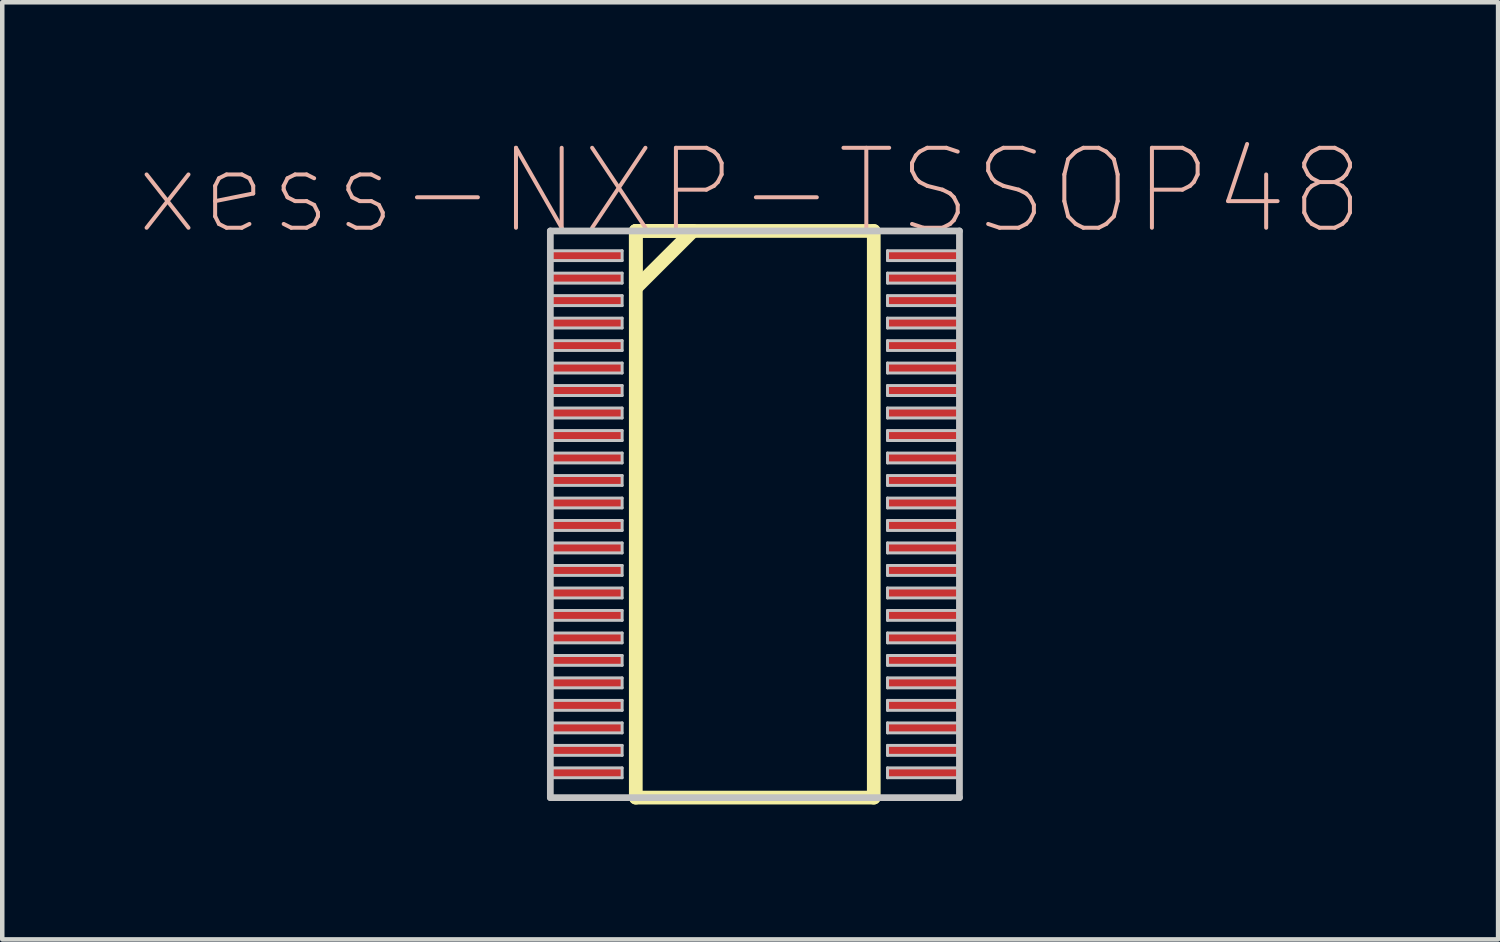
<source format=kicad_pcb>
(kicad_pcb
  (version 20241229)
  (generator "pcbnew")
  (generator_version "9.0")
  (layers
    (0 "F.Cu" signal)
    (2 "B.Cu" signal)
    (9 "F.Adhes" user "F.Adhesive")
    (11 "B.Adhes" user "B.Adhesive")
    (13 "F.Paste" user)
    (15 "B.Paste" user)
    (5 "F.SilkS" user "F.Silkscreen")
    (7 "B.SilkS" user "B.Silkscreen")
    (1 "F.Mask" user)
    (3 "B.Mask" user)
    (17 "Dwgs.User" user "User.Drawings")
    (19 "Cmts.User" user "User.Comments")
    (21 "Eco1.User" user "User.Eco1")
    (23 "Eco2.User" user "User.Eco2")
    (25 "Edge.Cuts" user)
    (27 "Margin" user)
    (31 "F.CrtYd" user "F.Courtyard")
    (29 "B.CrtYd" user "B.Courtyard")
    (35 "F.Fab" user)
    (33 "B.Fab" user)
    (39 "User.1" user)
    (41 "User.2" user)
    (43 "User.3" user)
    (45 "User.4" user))
  (footprint "xess-NXP-TSSOP48"
    (layer "F.Cu")
    (at 9.984 2.634)
    (property "Reference" "xess-NXP-TSSOP48" (at 3.645 -1.438 0) (layer "B.SilkS") (effects (font (size 1.778 1.778) (thickness 0.089))))
    (attr smd)
    (fp_line (start 1.102 -0.549) (end 1.102 0.719) (stroke (width 0.305) (type solid)) (layer "F.SilkS"))
    (fp_line (start 1.102 -0.549) (end 1.102 12.05) (stroke (width 0.305) (type solid)) (layer "F.SilkS"))
    (fp_line (start 1.102 0.719) (end 2.372 -0.549) (stroke (width 0.305) (type solid)) (layer "F.SilkS"))
    (fp_line (start 1.102 12.05) (end 6.393 12.05) (stroke (width 0.305) (type solid)) (layer "F.SilkS"))
    (fp_line (start 2.372 -0.549) (end 1.102 -0.549) (stroke (width 0.305) (type solid)) (layer "F.SilkS"))
    (fp_line (start 6.393 -0.549) (end 1.102 -0.549) (stroke (width 0.305) (type solid)) (layer "F.SilkS"))
    (fp_line (start 6.393 12.05) (end 6.393 -0.549) (stroke (width 0.305) (type solid)) (layer "F.SilkS"))
    (fp_line (start -0.798 -0.549) (end -0.798 12.05) (stroke (width 0.15) (type solid)) (layer "Dwgs.User"))
    (fp_line (start -0.798 -0.109) (end 0.798 -0.109) (stroke (width 0.066) (type solid)) (layer "Dwgs.User"))
    (fp_line (start -0.798 0.109) (end -0.798 -0.109) (stroke (width 0.066) (type solid)) (layer "Dwgs.User"))
    (fp_line (start -0.798 0.109) (end 0.798 0.109) (stroke (width 0.066) (type solid)) (layer "Dwgs.User"))
    (fp_line (start -0.798 0.389) (end 0.798 0.389) (stroke (width 0.066) (type solid)) (layer "Dwgs.User"))
    (fp_line (start -0.798 0.61) (end -0.798 0.389) (stroke (width 0.066) (type solid)) (layer "Dwgs.User"))
    (fp_line (start -0.798 0.61) (end 0.798 0.61) (stroke (width 0.066) (type solid)) (layer "Dwgs.User"))
    (fp_line (start -0.798 0.889) (end 0.798 0.889) (stroke (width 0.066) (type solid)) (layer "Dwgs.User"))
    (fp_line (start -0.798 1.11) (end -0.798 0.889) (stroke (width 0.066) (type solid)) (layer "Dwgs.User"))
    (fp_line (start -0.798 1.11) (end 0.798 1.11) (stroke (width 0.066) (type solid)) (layer "Dwgs.User"))
    (fp_line (start -0.798 1.389) (end 0.798 1.389) (stroke (width 0.066) (type solid)) (layer "Dwgs.User"))
    (fp_line (start -0.798 1.608) (end -0.798 1.389) (stroke (width 0.066) (type solid)) (layer "Dwgs.User"))
    (fp_line (start -0.798 1.608) (end 0.798 1.608) (stroke (width 0.066) (type solid)) (layer "Dwgs.User"))
    (fp_line (start -0.798 1.89) (end 0.798 1.89) (stroke (width 0.066) (type solid)) (layer "Dwgs.User"))
    (fp_line (start -0.798 2.108) (end -0.798 1.89) (stroke (width 0.066) (type solid)) (layer "Dwgs.User"))
    (fp_line (start -0.798 2.108) (end 0.798 2.108) (stroke (width 0.066) (type solid)) (layer "Dwgs.User"))
    (fp_line (start -0.798 2.388) (end 0.798 2.388) (stroke (width 0.066) (type solid)) (layer "Dwgs.User"))
    (fp_line (start -0.798 2.609) (end -0.798 2.388) (stroke (width 0.066) (type solid)) (layer "Dwgs.User"))
    (fp_line (start -0.798 2.609) (end 0.798 2.609) (stroke (width 0.066) (type solid)) (layer "Dwgs.User"))
    (fp_line (start -0.798 2.888) (end 0.798 2.888) (stroke (width 0.066) (type solid)) (layer "Dwgs.User"))
    (fp_line (start -0.798 3.109) (end -0.798 2.888) (stroke (width 0.066) (type solid)) (layer "Dwgs.User"))
    (fp_line (start -0.798 3.109) (end 0.798 3.109) (stroke (width 0.066) (type solid)) (layer "Dwgs.User"))
    (fp_line (start -0.798 3.388) (end 0.798 3.388) (stroke (width 0.066) (type solid)) (layer "Dwgs.User"))
    (fp_line (start -0.798 3.609) (end -0.798 3.388) (stroke (width 0.066) (type solid)) (layer "Dwgs.User"))
    (fp_line (start -0.798 3.609) (end 0.798 3.609) (stroke (width 0.066) (type solid)) (layer "Dwgs.User"))
    (fp_line (start -0.798 3.889) (end 0.798 3.889) (stroke (width 0.066) (type solid)) (layer "Dwgs.User"))
    (fp_line (start -0.798 4.11) (end -0.798 3.889) (stroke (width 0.066) (type solid)) (layer "Dwgs.User"))
    (fp_line (start -0.798 4.11) (end 0.798 4.11) (stroke (width 0.066) (type solid)) (layer "Dwgs.User"))
    (fp_line (start -0.798 4.389) (end 0.798 4.389) (stroke (width 0.066) (type solid)) (layer "Dwgs.User"))
    (fp_line (start -0.798 4.608) (end -0.798 4.389) (stroke (width 0.066) (type solid)) (layer "Dwgs.User"))
    (fp_line (start -0.798 4.608) (end 0.798 4.608) (stroke (width 0.066) (type solid)) (layer "Dwgs.User"))
    (fp_line (start -0.798 4.889) (end 0.798 4.889) (stroke (width 0.066) (type solid)) (layer "Dwgs.User"))
    (fp_line (start -0.798 5.108) (end -0.798 4.889) (stroke (width 0.066) (type solid)) (layer "Dwgs.User"))
    (fp_line (start -0.798 5.108) (end 0.798 5.108) (stroke (width 0.066) (type solid)) (layer "Dwgs.User"))
    (fp_line (start -0.798 5.39) (end 0.798 5.39) (stroke (width 0.066) (type solid)) (layer "Dwgs.User"))
    (fp_line (start -0.798 5.608) (end -0.798 5.39) (stroke (width 0.066) (type solid)) (layer "Dwgs.User"))
    (fp_line (start -0.798 5.608) (end 0.798 5.608) (stroke (width 0.066) (type solid)) (layer "Dwgs.User"))
    (fp_line (start -0.798 5.888) (end 0.798 5.888) (stroke (width 0.066) (type solid)) (layer "Dwgs.User"))
    (fp_line (start -0.798 6.109) (end -0.798 5.888) (stroke (width 0.066) (type solid)) (layer "Dwgs.User"))
    (fp_line (start -0.798 6.109) (end 0.798 6.109) (stroke (width 0.066) (type solid)) (layer "Dwgs.User"))
    (fp_line (start -0.798 6.388) (end 0.798 6.388) (stroke (width 0.066) (type solid)) (layer "Dwgs.User"))
    (fp_line (start -0.798 6.609) (end -0.798 6.388) (stroke (width 0.066) (type solid)) (layer "Dwgs.User"))
    (fp_line (start -0.798 6.609) (end 0.798 6.609) (stroke (width 0.066) (type solid)) (layer "Dwgs.User"))
    (fp_line (start -0.798 6.888) (end 0.798 6.888) (stroke (width 0.066) (type solid)) (layer "Dwgs.User"))
    (fp_line (start -0.798 7.109) (end -0.798 6.888) (stroke (width 0.066) (type solid)) (layer "Dwgs.User"))
    (fp_line (start -0.798 7.109) (end 0.798 7.109) (stroke (width 0.066) (type solid)) (layer "Dwgs.User"))
    (fp_line (start -0.798 7.389) (end 0.798 7.389) (stroke (width 0.066) (type solid)) (layer "Dwgs.User"))
    (fp_line (start -0.798 7.61) (end -0.798 7.389) (stroke (width 0.066) (type solid)) (layer "Dwgs.User"))
    (fp_line (start -0.798 7.61) (end 0.798 7.61) (stroke (width 0.066) (type solid)) (layer "Dwgs.User"))
    (fp_line (start -0.798 7.889) (end 0.798 7.889) (stroke (width 0.066) (type solid)) (layer "Dwgs.User"))
    (fp_line (start -0.798 8.108) (end -0.798 7.889) (stroke (width 0.066) (type solid)) (layer "Dwgs.User"))
    (fp_line (start -0.798 8.108) (end 0.798 8.108) (stroke (width 0.066) (type solid)) (layer "Dwgs.User"))
    (fp_line (start -0.798 8.39) (end 0.798 8.39) (stroke (width 0.066) (type solid)) (layer "Dwgs.User"))
    (fp_line (start -0.798 8.608) (end -0.798 8.39) (stroke (width 0.066) (type solid)) (layer "Dwgs.User"))
    (fp_line (start -0.798 8.608) (end 0.798 8.608) (stroke (width 0.066) (type solid)) (layer "Dwgs.User"))
    (fp_line (start -0.798 8.89) (end 0.798 8.89) (stroke (width 0.066) (type solid)) (layer "Dwgs.User"))
    (fp_line (start -0.798 9.108) (end -0.798 8.89) (stroke (width 0.066) (type solid)) (layer "Dwgs.User"))
    (fp_line (start -0.798 9.108) (end 0.798 9.108) (stroke (width 0.066) (type solid)) (layer "Dwgs.User"))
    (fp_line (start -0.798 9.388) (end 0.798 9.388) (stroke (width 0.066) (type solid)) (layer "Dwgs.User"))
    (fp_line (start -0.798 9.609) (end -0.798 9.388) (stroke (width 0.066) (type solid)) (layer "Dwgs.User"))
    (fp_line (start -0.798 9.609) (end 0.798 9.609) (stroke (width 0.066) (type solid)) (layer "Dwgs.User"))
    (fp_line (start -0.798 9.888) (end 0.798 9.888) (stroke (width 0.066) (type solid)) (layer "Dwgs.User"))
    (fp_line (start -0.798 10.109) (end -0.798 9.888) (stroke (width 0.066) (type solid)) (layer "Dwgs.User"))
    (fp_line (start -0.798 10.109) (end 0.798 10.109) (stroke (width 0.066) (type solid)) (layer "Dwgs.User"))
    (fp_line (start -0.798 10.389) (end 0.798 10.389) (stroke (width 0.066) (type solid)) (layer "Dwgs.User"))
    (fp_line (start -0.798 10.61) (end -0.798 10.389) (stroke (width 0.066) (type solid)) (layer "Dwgs.User"))
    (fp_line (start -0.798 10.61) (end 0.798 10.61) (stroke (width 0.066) (type solid)) (layer "Dwgs.User"))
    (fp_line (start -0.798 10.889) (end 0.798 10.889) (stroke (width 0.066) (type solid)) (layer "Dwgs.User"))
    (fp_line (start -0.798 11.11) (end -0.798 10.889) (stroke (width 0.066) (type solid)) (layer "Dwgs.User"))
    (fp_line (start -0.798 11.11) (end 0.798 11.11) (stroke (width 0.066) (type solid)) (layer "Dwgs.User"))
    (fp_line (start -0.798 11.389) (end 0.798 11.389) (stroke (width 0.066) (type solid)) (layer "Dwgs.User"))
    (fp_line (start -0.798 11.608) (end -0.798 11.389) (stroke (width 0.066) (type solid)) (layer "Dwgs.User"))
    (fp_line (start -0.798 11.608) (end 0.798 11.608) (stroke (width 0.066) (type solid)) (layer "Dwgs.User"))
    (fp_line (start -0.798 12.05) (end 8.298 12.05) (stroke (width 0.15) (type solid)) (layer "Dwgs.User"))
    (fp_line (start 0.798 0.109) (end 0.798 -0.109) (stroke (width 0.066) (type solid)) (layer "Dwgs.User"))
    (fp_line (start 0.798 0.61) (end 0.798 0.389) (stroke (width 0.066) (type solid)) (layer "Dwgs.User"))
    (fp_line (start 0.798 1.11) (end 0.798 0.889) (stroke (width 0.066) (type solid)) (layer "Dwgs.User"))
    (fp_line (start 0.798 1.608) (end 0.798 1.389) (stroke (width 0.066) (type solid)) (layer "Dwgs.User"))
    (fp_line (start 0.798 2.108) (end 0.798 1.89) (stroke (width 0.066) (type solid)) (layer "Dwgs.User"))
    (fp_line (start 0.798 2.609) (end 0.798 2.388) (stroke (width 0.066) (type solid)) (layer "Dwgs.User"))
    (fp_line (start 0.798 3.109) (end 0.798 2.888) (stroke (width 0.066) (type solid)) (layer "Dwgs.User"))
    (fp_line (start 0.798 3.609) (end 0.798 3.388) (stroke (width 0.066) (type solid)) (layer "Dwgs.User"))
    (fp_line (start 0.798 4.11) (end 0.798 3.889) (stroke (width 0.066) (type solid)) (layer "Dwgs.User"))
    (fp_line (start 0.798 4.608) (end 0.798 4.389) (stroke (width 0.066) (type solid)) (layer "Dwgs.User"))
    (fp_line (start 0.798 5.108) (end 0.798 4.889) (stroke (width 0.066) (type solid)) (layer "Dwgs.User"))
    (fp_line (start 0.798 5.608) (end 0.798 5.39) (stroke (width 0.066) (type solid)) (layer "Dwgs.User"))
    (fp_line (start 0.798 6.109) (end 0.798 5.888) (stroke (width 0.066) (type solid)) (layer "Dwgs.User"))
    (fp_line (start 0.798 6.609) (end 0.798 6.388) (stroke (width 0.066) (type solid)) (layer "Dwgs.User"))
    (fp_line (start 0.798 7.109) (end 0.798 6.888) (stroke (width 0.066) (type solid)) (layer "Dwgs.User"))
    (fp_line (start 0.798 7.61) (end 0.798 7.389) (stroke (width 0.066) (type solid)) (layer "Dwgs.User"))
    (fp_line (start 0.798 8.108) (end 0.798 7.889) (stroke (width 0.066) (type solid)) (layer "Dwgs.User"))
    (fp_line (start 0.798 8.608) (end 0.798 8.39) (stroke (width 0.066) (type solid)) (layer "Dwgs.User"))
    (fp_line (start 0.798 9.108) (end 0.798 8.89) (stroke (width 0.066) (type solid)) (layer "Dwgs.User"))
    (fp_line (start 0.798 9.609) (end 0.798 9.388) (stroke (width 0.066) (type solid)) (layer "Dwgs.User"))
    (fp_line (start 0.798 10.109) (end 0.798 9.888) (stroke (width 0.066) (type solid)) (layer "Dwgs.User"))
    (fp_line (start 0.798 10.61) (end 0.798 10.389) (stroke (width 0.066) (type solid)) (layer "Dwgs.User"))
    (fp_line (start 0.798 11.11) (end 0.798 10.889) (stroke (width 0.066) (type solid)) (layer "Dwgs.User"))
    (fp_line (start 0.798 11.608) (end 0.798 11.389) (stroke (width 0.066) (type solid)) (layer "Dwgs.User"))
    (fp_line (start 6.698 -0.109) (end 8.298 -0.109) (stroke (width 0.066) (type solid)) (layer "Dwgs.User"))
    (fp_line (start 6.698 0.109) (end 6.698 -0.109) (stroke (width 0.066) (type solid)) (layer "Dwgs.User"))
    (fp_line (start 6.698 0.109) (end 8.298 0.109) (stroke (width 0.066) (type solid)) (layer "Dwgs.User"))
    (fp_line (start 6.698 0.389) (end 8.298 0.389) (stroke (width 0.066) (type solid)) (layer "Dwgs.User"))
    (fp_line (start 6.698 0.61) (end 6.698 0.389) (stroke (width 0.066) (type solid)) (layer "Dwgs.User"))
    (fp_line (start 6.698 0.61) (end 8.298 0.61) (stroke (width 0.066) (type solid)) (layer "Dwgs.User"))
    (fp_line (start 6.698 0.889) (end 8.298 0.889) (stroke (width 0.066) (type solid)) (layer "Dwgs.User"))
    (fp_line (start 6.698 1.11) (end 6.698 0.889) (stroke (width 0.066) (type solid)) (layer "Dwgs.User"))
    (fp_line (start 6.698 1.11) (end 8.298 1.11) (stroke (width 0.066) (type solid)) (layer "Dwgs.User"))
    (fp_line (start 6.698 1.389) (end 8.298 1.389) (stroke (width 0.066) (type solid)) (layer "Dwgs.User"))
    (fp_line (start 6.698 1.608) (end 6.698 1.389) (stroke (width 0.066) (type solid)) (layer "Dwgs.User"))
    (fp_line (start 6.698 1.608) (end 8.298 1.608) (stroke (width 0.066) (type solid)) (layer "Dwgs.User"))
    (fp_line (start 6.698 1.89) (end 8.298 1.89) (stroke (width 0.066) (type solid)) (layer "Dwgs.User"))
    (fp_line (start 6.698 2.108) (end 6.698 1.89) (stroke (width 0.066) (type solid)) (layer "Dwgs.User"))
    (fp_line (start 6.698 2.108) (end 8.298 2.108) (stroke (width 0.066) (type solid)) (layer "Dwgs.User"))
    (fp_line (start 6.698 2.388) (end 8.298 2.388) (stroke (width 0.066) (type solid)) (layer "Dwgs.User"))
    (fp_line (start 6.698 2.609) (end 6.698 2.388) (stroke (width 0.066) (type solid)) (layer "Dwgs.User"))
    (fp_line (start 6.698 2.609) (end 8.298 2.609) (stroke (width 0.066) (type solid)) (layer "Dwgs.User"))
    (fp_line (start 6.698 2.888) (end 8.298 2.888) (stroke (width 0.066) (type solid)) (layer "Dwgs.User"))
    (fp_line (start 6.698 3.109) (end 6.698 2.888) (stroke (width 0.066) (type solid)) (layer "Dwgs.User"))
    (fp_line (start 6.698 3.109) (end 8.298 3.109) (stroke (width 0.066) (type solid)) (layer "Dwgs.User"))
    (fp_line (start 6.698 3.388) (end 8.298 3.388) (stroke (width 0.066) (type solid)) (layer "Dwgs.User"))
    (fp_line (start 6.698 3.609) (end 6.698 3.388) (stroke (width 0.066) (type solid)) (layer "Dwgs.User"))
    (fp_line (start 6.698 3.609) (end 8.298 3.609) (stroke (width 0.066) (type solid)) (layer "Dwgs.User"))
    (fp_line (start 6.698 3.889) (end 8.298 3.889) (stroke (width 0.066) (type solid)) (layer "Dwgs.User"))
    (fp_line (start 6.698 4.11) (end 6.698 3.889) (stroke (width 0.066) (type solid)) (layer "Dwgs.User"))
    (fp_line (start 6.698 4.11) (end 8.298 4.11) (stroke (width 0.066) (type solid)) (layer "Dwgs.User"))
    (fp_line (start 6.698 4.389) (end 8.298 4.389) (stroke (width 0.066) (type solid)) (layer "Dwgs.User"))
    (fp_line (start 6.698 4.608) (end 6.698 4.389) (stroke (width 0.066) (type solid)) (layer "Dwgs.User"))
    (fp_line (start 6.698 4.608) (end 8.298 4.608) (stroke (width 0.066) (type solid)) (layer "Dwgs.User"))
    (fp_line (start 6.698 4.889) (end 8.298 4.889) (stroke (width 0.066) (type solid)) (layer "Dwgs.User"))
    (fp_line (start 6.698 5.108) (end 6.698 4.889) (stroke (width 0.066) (type solid)) (layer "Dwgs.User"))
    (fp_line (start 6.698 5.108) (end 8.298 5.108) (stroke (width 0.066) (type solid)) (layer "Dwgs.User"))
    (fp_line (start 6.698 5.39) (end 8.298 5.39) (stroke (width 0.066) (type solid)) (layer "Dwgs.User"))
    (fp_line (start 6.698 5.608) (end 6.698 5.39) (stroke (width 0.066) (type solid)) (layer "Dwgs.User"))
    (fp_line (start 6.698 5.608) (end 8.298 5.608) (stroke (width 0.066) (type solid)) (layer "Dwgs.User"))
    (fp_line (start 6.698 5.888) (end 8.298 5.888) (stroke (width 0.066) (type solid)) (layer "Dwgs.User"))
    (fp_line (start 6.698 6.109) (end 6.698 5.888) (stroke (width 0.066) (type solid)) (layer "Dwgs.User"))
    (fp_line (start 6.698 6.109) (end 8.298 6.109) (stroke (width 0.066) (type solid)) (layer "Dwgs.User"))
    (fp_line (start 6.698 6.388) (end 8.298 6.388) (stroke (width 0.066) (type solid)) (layer "Dwgs.User"))
    (fp_line (start 6.698 6.609) (end 6.698 6.388) (stroke (width 0.066) (type solid)) (layer "Dwgs.User"))
    (fp_line (start 6.698 6.609) (end 8.298 6.609) (stroke (width 0.066) (type solid)) (layer "Dwgs.User"))
    (fp_line (start 6.698 6.888) (end 8.298 6.888) (stroke (width 0.066) (type solid)) (layer "Dwgs.User"))
    (fp_line (start 6.698 7.109) (end 6.698 6.888) (stroke (width 0.066) (type solid)) (layer "Dwgs.User"))
    (fp_line (start 6.698 7.109) (end 8.298 7.109) (stroke (width 0.066) (type solid)) (layer "Dwgs.User"))
    (fp_line (start 6.698 7.389) (end 8.298 7.389) (stroke (width 0.066) (type solid)) (layer "Dwgs.User"))
    (fp_line (start 6.698 7.61) (end 6.698 7.389) (stroke (width 0.066) (type solid)) (layer "Dwgs.User"))
    (fp_line (start 6.698 7.61) (end 8.298 7.61) (stroke (width 0.066) (type solid)) (layer "Dwgs.User"))
    (fp_line (start 6.698 7.889) (end 8.298 7.889) (stroke (width 0.066) (type solid)) (layer "Dwgs.User"))
    (fp_line (start 6.698 8.108) (end 6.698 7.889) (stroke (width 0.066) (type solid)) (layer "Dwgs.User"))
    (fp_line (start 6.698 8.108) (end 8.298 8.108) (stroke (width 0.066) (type solid)) (layer "Dwgs.User"))
    (fp_line (start 6.698 8.39) (end 8.298 8.39) (stroke (width 0.066) (type solid)) (layer "Dwgs.User"))
    (fp_line (start 6.698 8.608) (end 6.698 8.39) (stroke (width 0.066) (type solid)) (layer "Dwgs.User"))
    (fp_line (start 6.698 8.608) (end 8.298 8.608) (stroke (width 0.066) (type solid)) (layer "Dwgs.User"))
    (fp_line (start 6.698 8.89) (end 8.298 8.89) (stroke (width 0.066) (type solid)) (layer "Dwgs.User"))
    (fp_line (start 6.698 9.108) (end 6.698 8.89) (stroke (width 0.066) (type solid)) (layer "Dwgs.User"))
    (fp_line (start 6.698 9.108) (end 8.298 9.108) (stroke (width 0.066) (type solid)) (layer "Dwgs.User"))
    (fp_line (start 6.698 9.388) (end 8.298 9.388) (stroke (width 0.066) (type solid)) (layer "Dwgs.User"))
    (fp_line (start 6.698 9.609) (end 6.698 9.388) (stroke (width 0.066) (type solid)) (layer "Dwgs.User"))
    (fp_line (start 6.698 9.609) (end 8.298 9.609) (stroke (width 0.066) (type solid)) (layer "Dwgs.User"))
    (fp_line (start 6.698 9.888) (end 8.298 9.888) (stroke (width 0.066) (type solid)) (layer "Dwgs.User"))
    (fp_line (start 6.698 10.109) (end 6.698 9.888) (stroke (width 0.066) (type solid)) (layer "Dwgs.User"))
    (fp_line (start 6.698 10.109) (end 8.298 10.109) (stroke (width 0.066) (type solid)) (layer "Dwgs.User"))
    (fp_line (start 6.698 10.389) (end 8.298 10.389) (stroke (width 0.066) (type solid)) (layer "Dwgs.User"))
    (fp_line (start 6.698 10.61) (end 6.698 10.389) (stroke (width 0.066) (type solid)) (layer "Dwgs.User"))
    (fp_line (start 6.698 10.61) (end 8.298 10.61) (stroke (width 0.066) (type solid)) (layer "Dwgs.User"))
    (fp_line (start 6.698 10.889) (end 8.298 10.889) (stroke (width 0.066) (type solid)) (layer "Dwgs.User"))
    (fp_line (start 6.698 11.11) (end 6.698 10.889) (stroke (width 0.066) (type solid)) (layer "Dwgs.User"))
    (fp_line (start 6.698 11.11) (end 8.298 11.11) (stroke (width 0.066) (type solid)) (layer "Dwgs.User"))
    (fp_line (start 6.698 11.389) (end 8.298 11.389) (stroke (width 0.066) (type solid)) (layer "Dwgs.User"))
    (fp_line (start 6.698 11.608) (end 6.698 11.389) (stroke (width 0.066) (type solid)) (layer "Dwgs.User"))
    (fp_line (start 6.698 11.608) (end 8.298 11.608) (stroke (width 0.066) (type solid)) (layer "Dwgs.User"))
    (fp_line (start 8.298 -0.549) (end -0.798 -0.549) (stroke (width 0.15) (type solid)) (layer "Dwgs.User"))
    (fp_line (start 8.298 0.109) (end 8.298 -0.109) (stroke (width 0.066) (type solid)) (layer "Dwgs.User"))
    (fp_line (start 8.298 0.61) (end 8.298 0.389) (stroke (width 0.066) (type solid)) (layer "Dwgs.User"))
    (fp_line (start 8.298 1.11) (end 8.298 0.889) (stroke (width 0.066) (type solid)) (layer "Dwgs.User"))
    (fp_line (start 8.298 1.608) (end 8.298 1.389) (stroke (width 0.066) (type solid)) (layer "Dwgs.User"))
    (fp_line (start 8.298 2.108) (end 8.298 1.89) (stroke (width 0.066) (type solid)) (layer "Dwgs.User"))
    (fp_line (start 8.298 2.609) (end 8.298 2.388) (stroke (width 0.066) (type solid)) (layer "Dwgs.User"))
    (fp_line (start 8.298 3.109) (end 8.298 2.888) (stroke (width 0.066) (type solid)) (layer "Dwgs.User"))
    (fp_line (start 8.298 3.609) (end 8.298 3.388) (stroke (width 0.066) (type solid)) (layer "Dwgs.User"))
    (fp_line (start 8.298 4.11) (end 8.298 3.889) (stroke (width 0.066) (type solid)) (layer "Dwgs.User"))
    (fp_line (start 8.298 4.608) (end 8.298 4.389) (stroke (width 0.066) (type solid)) (layer "Dwgs.User"))
    (fp_line (start 8.298 5.108) (end 8.298 4.889) (stroke (width 0.066) (type solid)) (layer "Dwgs.User"))
    (fp_line (start 8.298 5.608) (end 8.298 5.39) (stroke (width 0.066) (type solid)) (layer "Dwgs.User"))
    (fp_line (start 8.298 6.109) (end 8.298 5.888) (stroke (width 0.066) (type solid)) (layer "Dwgs.User"))
    (fp_line (start 8.298 6.609) (end 8.298 6.388) (stroke (width 0.066) (type solid)) (layer "Dwgs.User"))
    (fp_line (start 8.298 7.109) (end 8.298 6.888) (stroke (width 0.066) (type solid)) (layer "Dwgs.User"))
    (fp_line (start 8.298 7.61) (end 8.298 7.389) (stroke (width 0.066) (type solid)) (layer "Dwgs.User"))
    (fp_line (start 8.298 8.108) (end 8.298 7.889) (stroke (width 0.066) (type solid)) (layer "Dwgs.User"))
    (fp_line (start 8.298 8.608) (end 8.298 8.39) (stroke (width 0.066) (type solid)) (layer "Dwgs.User"))
    (fp_line (start 8.298 9.108) (end 8.298 8.89) (stroke (width 0.066) (type solid)) (layer "Dwgs.User"))
    (fp_line (start 8.298 9.609) (end 8.298 9.388) (stroke (width 0.066) (type solid)) (layer "Dwgs.User"))
    (fp_line (start 8.298 10.109) (end 8.298 9.888) (stroke (width 0.066) (type solid)) (layer "Dwgs.User"))
    (fp_line (start 8.298 10.61) (end 8.298 10.389) (stroke (width 0.066) (type solid)) (layer "Dwgs.User"))
    (fp_line (start 8.298 11.11) (end 8.298 10.889) (stroke (width 0.066) (type solid)) (layer "Dwgs.User"))
    (fp_line (start 8.298 11.608) (end 8.298 11.389) (stroke (width 0.066) (type solid)) (layer "Dwgs.User"))
    (fp_line (start 8.298 12.05) (end 8.298 -0.549) (stroke (width 0.15) (type solid)) (layer "Dwgs.User"))
    (pad "1" smd rect (at 0 0) (size 1.598 0.218) (layers "F.Cu" "F.Mask" "F.Paste"))
    (pad "2" smd rect (at 0 0.498) (size 1.598 0.218) (layers "F.Cu" "F.Mask" "F.Paste"))
    (pad "3" smd rect (at 0 0.998) (size 1.598 0.218) (layers "F.Cu" "F.Mask" "F.Paste"))
    (pad "4" smd rect (at 0 1.499) (size 1.598 0.218) (layers "F.Cu" "F.Mask" "F.Paste"))
    (pad "5" smd rect (at 0 1.999) (size 1.598 0.218) (layers "F.Cu" "F.Mask" "F.Paste"))
    (pad "6" smd rect (at 0 2.499) (size 1.598 0.218) (layers "F.Cu" "F.Mask" "F.Paste"))
    (pad "7" smd rect (at 0 3) (size 1.598 0.218) (layers "F.Cu" "F.Mask" "F.Paste"))
    (pad "8" smd rect (at 0 3.498) (size 1.598 0.218) (layers "F.Cu" "F.Mask" "F.Paste"))
    (pad "9" smd rect (at 0 3.998) (size 1.598 0.218) (layers "F.Cu" "F.Mask" "F.Paste"))
    (pad "10" smd rect (at 0 4.498) (size 1.598 0.218) (layers "F.Cu" "F.Mask" "F.Paste"))
    (pad "11" smd rect (at 0 4.999) (size 1.598 0.218) (layers "F.Cu" "F.Mask" "F.Paste"))
    (pad "12" smd rect (at 0 5.499) (size 1.598 0.218) (layers "F.Cu" "F.Mask" "F.Paste"))
    (pad "13" smd rect (at 0 5.999) (size 1.598 0.218) (layers "F.Cu" "F.Mask" "F.Paste"))
    (pad "14" smd rect (at 0 6.5) (size 1.598 0.218) (layers "F.Cu" "F.Mask" "F.Paste"))
    (pad "15" smd rect (at 0 6.998) (size 1.598 0.218) (layers "F.Cu" "F.Mask" "F.Paste"))
    (pad "16" smd rect (at 0 7.498) (size 1.598 0.218) (layers "F.Cu" "F.Mask" "F.Paste"))
    (pad "17" smd rect (at 0 7.998) (size 1.598 0.218) (layers "F.Cu" "F.Mask" "F.Paste"))
    (pad "18" smd rect (at 0 8.499) (size 1.598 0.218) (layers "F.Cu" "F.Mask" "F.Paste"))
    (pad "19" smd rect (at 0 8.999) (size 1.598 0.218) (layers "F.Cu" "F.Mask" "F.Paste"))
    (pad "20" smd rect (at 0 9.5) (size 1.598 0.218) (layers "F.Cu" "F.Mask" "F.Paste"))
    (pad "21" smd rect (at 0 10) (size 1.598 0.218) (layers "F.Cu" "F.Mask" "F.Paste"))
    (pad "22" smd rect (at 0 10.498) (size 1.598 0.218) (layers "F.Cu" "F.Mask" "F.Paste"))
    (pad "23" smd rect (at 0 10.998) (size 1.598 0.218) (layers "F.Cu" "F.Mask" "F.Paste"))
    (pad "24" smd rect (at 0 11.499) (size 1.598 0.218) (layers "F.Cu" "F.Mask" "F.Paste"))
    (pad "25" smd rect (at 7.498 11.499) (size 1.598 0.218) (layers "F.Cu" "F.Mask" "F.Paste"))
    (pad "26" smd rect (at 7.498 10.998) (size 1.598 0.218) (layers "F.Cu" "F.Mask" "F.Paste"))
    (pad "27" smd rect (at 7.498 10.498) (size 1.598 0.218) (layers "F.Cu" "F.Mask" "F.Paste"))
    (pad "28" smd rect (at 7.498 10) (size 1.598 0.218) (layers "F.Cu" "F.Mask" "F.Paste"))
    (pad "29" smd rect (at 7.498 9.5) (size 1.598 0.218) (layers "F.Cu" "F.Mask" "F.Paste"))
    (pad "30" smd rect (at 7.498 8.999) (size 1.598 0.218) (layers "F.Cu" "F.Mask" "F.Paste"))
    (pad "31" smd rect (at 7.498 8.499) (size 1.598 0.218) (layers "F.Cu" "F.Mask" "F.Paste"))
    (pad "32" smd rect (at 7.498 7.998) (size 1.598 0.218) (layers "F.Cu" "F.Mask" "F.Paste"))
    (pad "33" smd rect (at 7.498 7.498) (size 1.598 0.218) (layers "F.Cu" "F.Mask" "F.Paste"))
    (pad "34" smd rect (at 7.498 6.998) (size 1.598 0.218) (layers "F.Cu" "F.Mask" "F.Paste"))
    (pad "35" smd rect (at 7.498 6.5) (size 1.598 0.218) (layers "F.Cu" "F.Mask" "F.Paste"))
    (pad "36" smd rect (at 7.498 5.999) (size 1.598 0.218) (layers "F.Cu" "F.Mask" "F.Paste"))
    (pad "37" smd rect (at 7.498 5.499) (size 1.598 0.218) (layers "F.Cu" "F.Mask" "F.Paste"))
    (pad "38" smd rect (at 7.498 4.999) (size 1.598 0.218) (layers "F.Cu" "F.Mask" "F.Paste"))
    (pad "39" smd rect (at 7.498 4.498) (size 1.598 0.218) (layers "F.Cu" "F.Mask" "F.Paste"))
    (pad "40" smd rect (at 7.498 3.998) (size 1.598 0.218) (layers "F.Cu" "F.Mask" "F.Paste"))
    (pad "41" smd rect (at 7.498 3.498) (size 1.598 0.218) (layers "F.Cu" "F.Mask" "F.Paste"))
    (pad "42" smd rect (at 7.498 3) (size 1.598 0.218) (layers "F.Cu" "F.Mask" "F.Paste"))
    (pad "43" smd rect (at 7.498 2.499) (size 1.598 0.218) (layers "F.Cu" "F.Mask" "F.Paste"))
    (pad "44" smd rect (at 7.498 1.999) (size 1.598 0.218) (layers "F.Cu" "F.Mask" "F.Paste"))
    (pad "45" smd rect (at 7.498 1.499) (size 1.598 0.218) (layers "F.Cu" "F.Mask" "F.Paste"))
    (pad "46" smd rect (at 7.498 0.998) (size 1.598 0.218) (layers "F.Cu" "F.Mask" "F.Paste"))
    (pad "47" smd rect (at 7.498 0.498) (size 1.598 0.218) (layers "F.Cu" "F.Mask" "F.Paste"))
    (pad "48" smd rect (at 7.498 0) (size 1.598 0.218) (layers "F.Cu" "F.Mask" "F.Paste")))
  (gr_rect
    (start -3 -3)
    (end 30.258 17.836)
    (stroke (width 0.1) (type default))
    (fill no)
    (layer "Edge.Cuts")))
</source>
